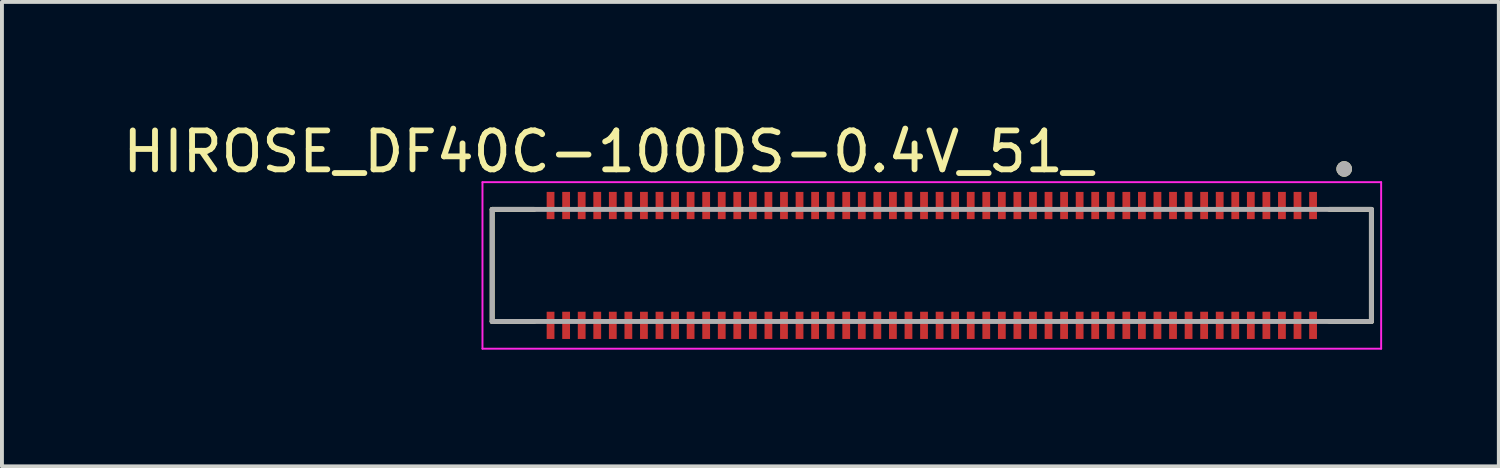
<source format=kicad_pcb>
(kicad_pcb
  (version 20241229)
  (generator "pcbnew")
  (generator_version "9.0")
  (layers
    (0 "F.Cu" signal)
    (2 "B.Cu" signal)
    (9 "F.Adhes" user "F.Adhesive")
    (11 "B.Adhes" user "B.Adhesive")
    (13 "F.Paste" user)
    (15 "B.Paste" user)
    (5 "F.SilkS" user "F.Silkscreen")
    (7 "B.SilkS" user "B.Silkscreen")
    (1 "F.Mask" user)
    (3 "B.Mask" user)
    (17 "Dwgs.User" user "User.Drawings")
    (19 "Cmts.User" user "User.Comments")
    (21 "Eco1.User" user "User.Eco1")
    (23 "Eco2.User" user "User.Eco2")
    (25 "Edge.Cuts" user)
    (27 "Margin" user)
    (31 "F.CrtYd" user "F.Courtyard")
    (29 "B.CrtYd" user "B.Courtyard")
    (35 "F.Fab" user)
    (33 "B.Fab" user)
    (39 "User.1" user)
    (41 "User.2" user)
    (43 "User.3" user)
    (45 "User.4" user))
  (footprint "HIROSE_DF40C-100DS-0.4V_51_"
    (layer "F.Cu")
    (at 20.902 3.773)
    (property "Reference" "HIROSE_DF40C-100DS-0.4V_51_" (at -8.325 -2.925 0) (layer "F.SilkS") (effects (font (size 1 1) (thickness 0.15))))
    (attr smd)
    (fp_line (start -11.3 -1.44) (end -11.3 1.44) (stroke (width 0.127) (type solid)) (layer "F.SilkS"))
    (fp_line (start -11.3 1.44) (end -10.22 1.44) (stroke (width 0.127) (type solid)) (layer "F.SilkS"))
    (fp_line (start -10.22 -1.44) (end -11.3 -1.44) (stroke (width 0.127) (type solid)) (layer "F.SilkS"))
    (fp_line (start 11.3 -1.44) (end 10.22 -1.44) (stroke (width 0.127) (type solid)) (layer "F.SilkS"))
    (fp_line (start 11.3 -1.44) (end 11.3 1.44) (stroke (width 0.127) (type solid)) (layer "F.SilkS"))
    (fp_line (start 11.3 1.44) (end 10.22 1.44) (stroke (width 0.127) (type solid)) (layer "F.SilkS"))
    (fp_circle (center 10.6 -2.48) (end 10.7 -2.48) (stroke (width 0.2) (type solid)) (fill no) (layer "F.SilkS"))
    (fp_poly (pts (xy -9.889 -1.853) (xy -9.71 -1.853) (xy -9.71 -1.227) (xy -9.889 -1.227)) (stroke (width 0.01) (type solid)) (fill yes) (layer "F.Paste"))
    (fp_poly (pts (xy -9.889 1.227) (xy -9.71 1.227) (xy -9.71 1.853) (xy -9.889 1.853)) (stroke (width 0.01) (type solid)) (fill yes) (layer "F.Paste"))
    (fp_poly (pts (xy -9.489 -1.853) (xy -9.31 -1.853) (xy -9.31 -1.227) (xy -9.489 -1.227)) (stroke (width 0.01) (type solid)) (fill yes) (layer "F.Paste"))
    (fp_poly (pts (xy -9.489 1.227) (xy -9.31 1.227) (xy -9.31 1.853) (xy -9.489 1.853)) (stroke (width 0.01) (type solid)) (fill yes) (layer "F.Paste"))
    (fp_poly (pts (xy -9.089 -1.853) (xy -8.911 -1.853) (xy -8.911 -1.227) (xy -9.089 -1.227)) (stroke (width 0.01) (type solid)) (fill yes) (layer "F.Paste"))
    (fp_poly (pts (xy -9.089 1.227) (xy -8.911 1.227) (xy -8.911 1.853) (xy -9.089 1.853)) (stroke (width 0.01) (type solid)) (fill yes) (layer "F.Paste"))
    (fp_poly (pts (xy -8.69 -1.853) (xy -8.511 -1.853) (xy -8.511 -1.227) (xy -8.69 -1.227)) (stroke (width 0.01) (type solid)) (fill yes) (layer "F.Paste"))
    (fp_poly (pts (xy -8.69 1.227) (xy -8.511 1.227) (xy -8.511 1.853) (xy -8.69 1.853)) (stroke (width 0.01) (type solid)) (fill yes) (layer "F.Paste"))
    (fp_poly (pts (xy -8.29 -1.853) (xy -8.111 -1.853) (xy -8.111 -1.227) (xy -8.29 -1.227)) (stroke (width 0.01) (type solid)) (fill yes) (layer "F.Paste"))
    (fp_poly (pts (xy -8.29 1.227) (xy -8.111 1.227) (xy -8.111 1.853) (xy -8.29 1.853)) (stroke (width 0.01) (type solid)) (fill yes) (layer "F.Paste"))
    (fp_poly (pts (xy -7.889 -1.853) (xy -7.71 -1.853) (xy -7.71 -1.227) (xy -7.889 -1.227)) (stroke (width 0.01) (type solid)) (fill yes) (layer "F.Paste"))
    (fp_poly (pts (xy -7.889 1.227) (xy -7.71 1.227) (xy -7.71 1.853) (xy -7.889 1.853)) (stroke (width 0.01) (type solid)) (fill yes) (layer "F.Paste"))
    (fp_poly (pts (xy -7.489 -1.853) (xy -7.311 -1.853) (xy -7.311 -1.227) (xy -7.489 -1.227)) (stroke (width 0.01) (type solid)) (fill yes) (layer "F.Paste"))
    (fp_poly (pts (xy -7.489 1.227) (xy -7.311 1.227) (xy -7.311 1.853) (xy -7.489 1.853)) (stroke (width 0.01) (type solid)) (fill yes) (layer "F.Paste"))
    (fp_poly (pts (xy -7.09 -1.853) (xy -6.91 -1.853) (xy -6.91 -1.227) (xy -7.09 -1.227)) (stroke (width 0.01) (type solid)) (fill yes) (layer "F.Paste"))
    (fp_poly (pts (xy -7.09 1.227) (xy -6.91 1.227) (xy -6.91 1.853) (xy -7.09 1.853)) (stroke (width 0.01) (type solid)) (fill yes) (layer "F.Paste"))
    (fp_poly (pts (xy -6.689 -1.853) (xy -6.511 -1.853) (xy -6.511 -1.227) (xy -6.689 -1.227)) (stroke (width 0.01) (type solid)) (fill yes) (layer "F.Paste"))
    (fp_poly (pts (xy -6.689 1.227) (xy -6.511 1.227) (xy -6.511 1.853) (xy -6.689 1.853)) (stroke (width 0.01) (type solid)) (fill yes) (layer "F.Paste"))
    (fp_poly (pts (xy -6.29 -1.853) (xy -6.111 -1.853) (xy -6.111 -1.227) (xy -6.29 -1.227)) (stroke (width 0.01) (type solid)) (fill yes) (layer "F.Paste"))
    (fp_poly (pts (xy -6.29 1.227) (xy -6.111 1.227) (xy -6.111 1.853) (xy -6.29 1.853)) (stroke (width 0.01) (type solid)) (fill yes) (layer "F.Paste"))
    (fp_poly (pts (xy -5.889 -1.853) (xy -5.71 -1.853) (xy -5.71 -1.227) (xy -5.889 -1.227)) (stroke (width 0.01) (type solid)) (fill yes) (layer "F.Paste"))
    (fp_poly (pts (xy -5.889 1.227) (xy -5.71 1.227) (xy -5.71 1.853) (xy -5.889 1.853)) (stroke (width 0.01) (type solid)) (fill yes) (layer "F.Paste"))
    (fp_poly (pts (xy -5.489 -1.853) (xy -5.311 -1.853) (xy -5.311 -1.227) (xy -5.489 -1.227)) (stroke (width 0.01) (type solid)) (fill yes) (layer "F.Paste"))
    (fp_poly (pts (xy -5.489 1.227) (xy -5.311 1.227) (xy -5.311 1.853) (xy -5.489 1.853)) (stroke (width 0.01) (type solid)) (fill yes) (layer "F.Paste"))
    (fp_poly (pts (xy -5.09 -1.853) (xy -4.91 -1.853) (xy -4.91 -1.227) (xy -5.09 -1.227)) (stroke (width 0.01) (type solid)) (fill yes) (layer "F.Paste"))
    (fp_poly (pts (xy -5.09 1.227) (xy -4.91 1.227) (xy -4.91 1.853) (xy -5.09 1.853)) (stroke (width 0.01) (type solid)) (fill yes) (layer "F.Paste"))
    (fp_poly (pts (xy -4.689 -1.853) (xy -4.511 -1.853) (xy -4.511 -1.227) (xy -4.689 -1.227)) (stroke (width 0.01) (type solid)) (fill yes) (layer "F.Paste"))
    (fp_poly (pts (xy -4.689 1.227) (xy -4.511 1.227) (xy -4.511 1.853) (xy -4.689 1.853)) (stroke (width 0.01) (type solid)) (fill yes) (layer "F.Paste"))
    (fp_poly (pts (xy -4.29 -1.853) (xy -4.111 -1.853) (xy -4.111 -1.227) (xy -4.29 -1.227)) (stroke (width 0.01) (type solid)) (fill yes) (layer "F.Paste"))
    (fp_poly (pts (xy -4.29 1.227) (xy -4.111 1.227) (xy -4.111 1.853) (xy -4.29 1.853)) (stroke (width 0.01) (type solid)) (fill yes) (layer "F.Paste"))
    (fp_poly (pts (xy -3.889 -1.853) (xy -3.711 -1.853) (xy -3.711 -1.227) (xy -3.889 -1.227)) (stroke (width 0.01) (type solid)) (fill yes) (layer "F.Paste"))
    (fp_poly (pts (xy -3.889 1.227) (xy -3.711 1.227) (xy -3.711 1.853) (xy -3.889 1.853)) (stroke (width 0.01) (type solid)) (fill yes) (layer "F.Paste"))
    (fp_poly (pts (xy -3.49 -1.853) (xy -3.311 -1.853) (xy -3.311 -1.227) (xy -3.49 -1.227)) (stroke (width 0.01) (type solid)) (fill yes) (layer "F.Paste"))
    (fp_poly (pts (xy -3.49 1.227) (xy -3.311 1.227) (xy -3.311 1.853) (xy -3.49 1.853)) (stroke (width 0.01) (type solid)) (fill yes) (layer "F.Paste"))
    (fp_poly (pts (xy -3.09 -1.853) (xy -2.91 -1.853) (xy -2.91 -1.227) (xy -3.09 -1.227)) (stroke (width 0.01) (type solid)) (fill yes) (layer "F.Paste"))
    (fp_poly (pts (xy -3.09 1.227) (xy -2.91 1.227) (xy -2.91 1.853) (xy -3.09 1.853)) (stroke (width 0.01) (type solid)) (fill yes) (layer "F.Paste"))
    (fp_poly (pts (xy -2.689 -1.853) (xy -2.51 -1.853) (xy -2.51 -1.227) (xy -2.689 -1.227)) (stroke (width 0.01) (type solid)) (fill yes) (layer "F.Paste"))
    (fp_poly (pts (xy -2.689 1.227) (xy -2.51 1.227) (xy -2.51 1.853) (xy -2.689 1.853)) (stroke (width 0.01) (type solid)) (fill yes) (layer "F.Paste"))
    (fp_poly (pts (xy -2.289 -1.853) (xy -2.111 -1.853) (xy -2.111 -1.227) (xy -2.289 -1.227)) (stroke (width 0.01) (type solid)) (fill yes) (layer "F.Paste"))
    (fp_poly (pts (xy -2.289 1.227) (xy -2.111 1.227) (xy -2.111 1.853) (xy -2.289 1.853)) (stroke (width 0.01) (type solid)) (fill yes) (layer "F.Paste"))
    (fp_poly (pts (xy -1.889 -1.853) (xy -1.71 -1.853) (xy -1.71 -1.227) (xy -1.889 -1.227)) (stroke (width 0.01) (type solid)) (fill yes) (layer "F.Paste"))
    (fp_poly (pts (xy -1.889 1.227) (xy -1.71 1.227) (xy -1.71 1.853) (xy -1.889 1.853)) (stroke (width 0.01) (type solid)) (fill yes) (layer "F.Paste"))
    (fp_poly (pts (xy -1.49 -1.853) (xy -1.31 -1.853) (xy -1.31 -1.227) (xy -1.49 -1.227)) (stroke (width 0.01) (type solid)) (fill yes) (layer "F.Paste"))
    (fp_poly (pts (xy -1.49 1.227) (xy -1.31 1.227) (xy -1.31 1.853) (xy -1.49 1.853)) (stroke (width 0.01) (type solid)) (fill yes) (layer "F.Paste"))
    (fp_poly (pts (xy -1.089 -1.853) (xy -0.91 -1.853) (xy -0.91 -1.227) (xy -1.089 -1.227)) (stroke (width 0.01) (type solid)) (fill yes) (layer "F.Paste"))
    (fp_poly (pts (xy -1.089 1.227) (xy -0.91 1.227) (xy -0.91 1.853) (xy -1.089 1.853)) (stroke (width 0.01) (type solid)) (fill yes) (layer "F.Paste"))
    (fp_poly (pts (xy -0.69 -1.853) (xy -0.51 -1.853) (xy -0.51 -1.227) (xy -0.69 -1.227)) (stroke (width 0.01) (type solid)) (fill yes) (layer "F.Paste"))
    (fp_poly (pts (xy -0.69 1.227) (xy -0.51 1.227) (xy -0.51 1.853) (xy -0.69 1.853)) (stroke (width 0.01) (type solid)) (fill yes) (layer "F.Paste"))
    (fp_poly (pts (xy -0.289 -1.853) (xy -0.111 -1.853) (xy -0.111 -1.227) (xy -0.289 -1.227)) (stroke (width 0.01) (type solid)) (fill yes) (layer "F.Paste"))
    (fp_poly (pts (xy -0.289 1.227) (xy -0.111 1.227) (xy -0.111 1.853) (xy -0.289 1.853)) (stroke (width 0.01) (type solid)) (fill yes) (layer "F.Paste"))
    (fp_poly (pts (xy 0.111 -1.853) (xy 0.289 -1.853) (xy 0.289 -1.227) (xy 0.111 -1.227)) (stroke (width 0.01) (type solid)) (fill yes) (layer "F.Paste"))
    (fp_poly (pts (xy 0.111 1.227) (xy 0.289 1.227) (xy 0.289 1.853) (xy 0.111 1.853)) (stroke (width 0.01) (type solid)) (fill yes) (layer "F.Paste"))
    (fp_poly (pts (xy 0.51 -1.853) (xy 0.69 -1.853) (xy 0.69 -1.227) (xy 0.51 -1.227)) (stroke (width 0.01) (type solid)) (fill yes) (layer "F.Paste"))
    (fp_poly (pts (xy 0.51 1.227) (xy 0.69 1.227) (xy 0.69 1.853) (xy 0.51 1.853)) (stroke (width 0.01) (type solid)) (fill yes) (layer "F.Paste"))
    (fp_poly (pts (xy 0.91 -1.853) (xy 1.089 -1.853) (xy 1.089 -1.227) (xy 0.91 -1.227)) (stroke (width 0.01) (type solid)) (fill yes) (layer "F.Paste"))
    (fp_poly (pts (xy 0.91 1.227) (xy 1.089 1.227) (xy 1.089 1.853) (xy 0.91 1.853)) (stroke (width 0.01) (type solid)) (fill yes) (layer "F.Paste"))
    (fp_poly (pts (xy 1.31 -1.853) (xy 1.49 -1.853) (xy 1.49 -1.227) (xy 1.31 -1.227)) (stroke (width 0.01) (type solid)) (fill yes) (layer "F.Paste"))
    (fp_poly (pts (xy 1.31 1.227) (xy 1.49 1.227) (xy 1.49 1.853) (xy 1.31 1.853)) (stroke (width 0.01) (type solid)) (fill yes) (layer "F.Paste"))
    (fp_poly (pts (xy 1.71 -1.853) (xy 1.889 -1.853) (xy 1.889 -1.227) (xy 1.71 -1.227)) (stroke (width 0.01) (type solid)) (fill yes) (layer "F.Paste"))
    (fp_poly (pts (xy 1.71 1.227) (xy 1.889 1.227) (xy 1.889 1.853) (xy 1.71 1.853)) (stroke (width 0.01) (type solid)) (fill yes) (layer "F.Paste"))
    (fp_poly (pts (xy 2.111 -1.853) (xy 2.289 -1.853) (xy 2.289 -1.227) (xy 2.111 -1.227)) (stroke (width 0.01) (type solid)) (fill yes) (layer "F.Paste"))
    (fp_poly (pts (xy 2.111 1.227) (xy 2.289 1.227) (xy 2.289 1.853) (xy 2.111 1.853)) (stroke (width 0.01) (type solid)) (fill yes) (layer "F.Paste"))
    (fp_poly (pts (xy 2.51 -1.853) (xy 2.689 -1.853) (xy 2.689 -1.227) (xy 2.51 -1.227)) (stroke (width 0.01) (type solid)) (fill yes) (layer "F.Paste"))
    (fp_poly (pts (xy 2.51 1.227) (xy 2.689 1.227) (xy 2.689 1.853) (xy 2.51 1.853)) (stroke (width 0.01) (type solid)) (fill yes) (layer "F.Paste"))
    (fp_poly (pts (xy 2.91 -1.853) (xy 3.09 -1.853) (xy 3.09 -1.227) (xy 2.91 -1.227)) (stroke (width 0.01) (type solid)) (fill yes) (layer "F.Paste"))
    (fp_poly (pts (xy 2.91 1.227) (xy 3.09 1.227) (xy 3.09 1.853) (xy 2.91 1.853)) (stroke (width 0.01) (type solid)) (fill yes) (layer "F.Paste"))
    (fp_poly (pts (xy 3.311 -1.853) (xy 3.49 -1.853) (xy 3.49 -1.227) (xy 3.311 -1.227)) (stroke (width 0.01) (type solid)) (fill yes) (layer "F.Paste"))
    (fp_poly (pts (xy 3.311 1.227) (xy 3.49 1.227) (xy 3.49 1.853) (xy 3.311 1.853)) (stroke (width 0.01) (type solid)) (fill yes) (layer "F.Paste"))
    (fp_poly (pts (xy 3.711 -1.853) (xy 3.889 -1.853) (xy 3.889 -1.227) (xy 3.711 -1.227)) (stroke (width 0.01) (type solid)) (fill yes) (layer "F.Paste"))
    (fp_poly (pts (xy 3.711 1.227) (xy 3.889 1.227) (xy 3.889 1.853) (xy 3.711 1.853)) (stroke (width 0.01) (type solid)) (fill yes) (layer "F.Paste"))
    (fp_poly (pts (xy 4.111 -1.853) (xy 4.29 -1.853) (xy 4.29 -1.227) (xy 4.111 -1.227)) (stroke (width 0.01) (type solid)) (fill yes) (layer "F.Paste"))
    (fp_poly (pts (xy 4.111 1.227) (xy 4.29 1.227) (xy 4.29 1.853) (xy 4.111 1.853)) (stroke (width 0.01) (type solid)) (fill yes) (layer "F.Paste"))
    (fp_poly (pts (xy 4.511 -1.853) (xy 4.689 -1.853) (xy 4.689 -1.227) (xy 4.511 -1.227)) (stroke (width 0.01) (type solid)) (fill yes) (layer "F.Paste"))
    (fp_poly (pts (xy 4.511 1.227) (xy 4.689 1.227) (xy 4.689 1.853) (xy 4.511 1.853)) (stroke (width 0.01) (type solid)) (fill yes) (layer "F.Paste"))
    (fp_poly (pts (xy 4.91 -1.853) (xy 5.09 -1.853) (xy 5.09 -1.227) (xy 4.91 -1.227)) (stroke (width 0.01) (type solid)) (fill yes) (layer "F.Paste"))
    (fp_poly (pts (xy 4.91 1.227) (xy 5.09 1.227) (xy 5.09 1.853) (xy 4.91 1.853)) (stroke (width 0.01) (type solid)) (fill yes) (layer "F.Paste"))
    (fp_poly (pts (xy 5.311 -1.853) (xy 5.489 -1.853) (xy 5.489 -1.227) (xy 5.311 -1.227)) (stroke (width 0.01) (type solid)) (fill yes) (layer "F.Paste"))
    (fp_poly (pts (xy 5.311 1.227) (xy 5.489 1.227) (xy 5.489 1.853) (xy 5.311 1.853)) (stroke (width 0.01) (type solid)) (fill yes) (layer "F.Paste"))
    (fp_poly (pts (xy 5.71 -1.853) (xy 5.889 -1.853) (xy 5.889 -1.227) (xy 5.71 -1.227)) (stroke (width 0.01) (type solid)) (fill yes) (layer "F.Paste"))
    (fp_poly (pts (xy 5.71 1.227) (xy 5.889 1.227) (xy 5.889 1.853) (xy 5.71 1.853)) (stroke (width 0.01) (type solid)) (fill yes) (layer "F.Paste"))
    (fp_poly (pts (xy 6.111 -1.853) (xy 6.29 -1.853) (xy 6.29 -1.227) (xy 6.111 -1.227)) (stroke (width 0.01) (type solid)) (fill yes) (layer "F.Paste"))
    (fp_poly (pts (xy 6.111 1.227) (xy 6.29 1.227) (xy 6.29 1.853) (xy 6.111 1.853)) (stroke (width 0.01) (type solid)) (fill yes) (layer "F.Paste"))
    (fp_poly (pts (xy 6.511 -1.853) (xy 6.689 -1.853) (xy 6.689 -1.227) (xy 6.511 -1.227)) (stroke (width 0.01) (type solid)) (fill yes) (layer "F.Paste"))
    (fp_poly (pts (xy 6.511 1.227) (xy 6.689 1.227) (xy 6.689 1.853) (xy 6.511 1.853)) (stroke (width 0.01) (type solid)) (fill yes) (layer "F.Paste"))
    (fp_poly (pts (xy 6.91 -1.853) (xy 7.09 -1.853) (xy 7.09 -1.227) (xy 6.91 -1.227)) (stroke (width 0.01) (type solid)) (fill yes) (layer "F.Paste"))
    (fp_poly (pts (xy 6.91 1.227) (xy 7.09 1.227) (xy 7.09 1.853) (xy 6.91 1.853)) (stroke (width 0.01) (type solid)) (fill yes) (layer "F.Paste"))
    (fp_poly (pts (xy 7.311 -1.853) (xy 7.489 -1.853) (xy 7.489 -1.227) (xy 7.311 -1.227)) (stroke (width 0.01) (type solid)) (fill yes) (layer "F.Paste"))
    (fp_poly (pts (xy 7.311 1.227) (xy 7.489 1.227) (xy 7.489 1.853) (xy 7.311 1.853)) (stroke (width 0.01) (type solid)) (fill yes) (layer "F.Paste"))
    (fp_poly (pts (xy 7.71 -1.853) (xy 7.889 -1.853) (xy 7.889 -1.227) (xy 7.71 -1.227)) (stroke (width 0.01) (type solid)) (fill yes) (layer "F.Paste"))
    (fp_poly (pts (xy 7.71 1.227) (xy 7.889 1.227) (xy 7.889 1.853) (xy 7.71 1.853)) (stroke (width 0.01) (type solid)) (fill yes) (layer "F.Paste"))
    (fp_poly (pts (xy 8.111 -1.853) (xy 8.29 -1.853) (xy 8.29 -1.227) (xy 8.111 -1.227)) (stroke (width 0.01) (type solid)) (fill yes) (layer "F.Paste"))
    (fp_poly (pts (xy 8.111 1.227) (xy 8.29 1.227) (xy 8.29 1.853) (xy 8.111 1.853)) (stroke (width 0.01) (type solid)) (fill yes) (layer "F.Paste"))
    (fp_poly (pts (xy 8.511 -1.853) (xy 8.69 -1.853) (xy 8.69 -1.227) (xy 8.511 -1.227)) (stroke (width 0.01) (type solid)) (fill yes) (layer "F.Paste"))
    (fp_poly (pts (xy 8.511 1.227) (xy 8.69 1.227) (xy 8.69 1.853) (xy 8.511 1.853)) (stroke (width 0.01) (type solid)) (fill yes) (layer "F.Paste"))
    (fp_poly (pts (xy 8.911 -1.853) (xy 9.089 -1.853) (xy 9.089 -1.227) (xy 8.911 -1.227)) (stroke (width 0.01) (type solid)) (fill yes) (layer "F.Paste"))
    (fp_poly (pts (xy 8.911 1.227) (xy 9.089 1.227) (xy 9.089 1.853) (xy 8.911 1.853)) (stroke (width 0.01) (type solid)) (fill yes) (layer "F.Paste"))
    (fp_poly (pts (xy 9.31 -1.853) (xy 9.489 -1.853) (xy 9.489 -1.227) (xy 9.31 -1.227)) (stroke (width 0.01) (type solid)) (fill yes) (layer "F.Paste"))
    (fp_poly (pts (xy 9.31 1.227) (xy 9.489 1.227) (xy 9.489 1.853) (xy 9.31 1.853)) (stroke (width 0.01) (type solid)) (fill yes) (layer "F.Paste"))
    (fp_poly (pts (xy 9.71 -1.853) (xy 9.889 -1.853) (xy 9.889 -1.227) (xy 9.71 -1.227)) (stroke (width 0.01) (type solid)) (fill yes) (layer "F.Paste"))
    (fp_poly (pts (xy 9.71 1.227) (xy 9.889 1.227) (xy 9.889 1.853) (xy 9.71 1.853)) (stroke (width 0.01) (type solid)) (fill yes) (layer "F.Paste"))
    (fp_line (start -11.55 -2.14) (end -11.55 2.14) (stroke (width 0.05) (type solid)) (layer "F.CrtYd"))
    (fp_line (start -11.55 2.14) (end 11.55 2.14) (stroke (width 0.05) (type solid)) (layer "F.CrtYd"))
    (fp_line (start 11.55 -2.14) (end -11.55 -2.14) (stroke (width 0.05) (type solid)) (layer "F.CrtYd"))
    (fp_line (start 11.55 2.14) (end 11.55 -2.14) (stroke (width 0.05) (type solid)) (layer "F.CrtYd"))
    (fp_line (start -11.3 -1.44) (end 11.3 -1.44) (stroke (width 0.127) (type solid)) (layer "F.Fab"))
    (fp_line (start -11.3 1.44) (end -11.3 -1.44) (stroke (width 0.127) (type solid)) (layer "F.Fab"))
    (fp_line (start 11.3 -1.44) (end 11.3 1.44) (stroke (width 0.127) (type solid)) (layer "F.Fab"))
    (fp_line (start 11.3 1.44) (end -11.3 1.44) (stroke (width 0.127) (type solid)) (layer "F.Fab"))
    (fp_circle (center 10.6 -2.48) (end 10.7 -2.48) (stroke (width 0.2) (type solid)) (fill no) (layer "F.Fab"))
    (pad "1" smd rect (at 9.8 -1.54) (size 0.2 0.7) (layers "F.Cu" "F.Mask"))
    (pad "2" smd rect (at 9.8 1.54) (size 0.2 0.7) (layers "F.Cu" "F.Mask"))
    (pad "3" smd rect (at 9.4 -1.54) (size 0.2 0.7) (layers "F.Cu" "F.Mask"))
    (pad "4" smd rect (at 9.4 1.54) (size 0.2 0.7) (layers "F.Cu" "F.Mask"))
    (pad "5" smd rect (at 9 -1.54) (size 0.2 0.7) (layers "F.Cu" "F.Mask"))
    (pad "6" smd rect (at 9 1.54) (size 0.2 0.7) (layers "F.Cu" "F.Mask"))
    (pad "7" smd rect (at 8.6 -1.54) (size 0.2 0.7) (layers "F.Cu" "F.Mask"))
    (pad "8" smd rect (at 8.6 1.54) (size 0.2 0.7) (layers "F.Cu" "F.Mask"))
    (pad "9" smd rect (at 8.2 -1.54) (size 0.2 0.7) (layers "F.Cu" "F.Mask"))
    (pad "10" smd rect (at 8.2 1.54) (size 0.2 0.7) (layers "F.Cu" "F.Mask"))
    (pad "11" smd rect (at 7.8 -1.54) (size 0.2 0.7) (layers "F.Cu" "F.Mask"))
    (pad "12" smd rect (at 7.8 1.54) (size 0.2 0.7) (layers "F.Cu" "F.Mask"))
    (pad "13" smd rect (at 7.4 -1.54) (size 0.2 0.7) (layers "F.Cu" "F.Mask"))
    (pad "14" smd rect (at 7.4 1.54) (size 0.2 0.7) (layers "F.Cu" "F.Mask"))
    (pad "15" smd rect (at 7 -1.54) (size 0.2 0.7) (layers "F.Cu" "F.Mask"))
    (pad "16" smd rect (at 7 1.54) (size 0.2 0.7) (layers "F.Cu" "F.Mask"))
    (pad "17" smd rect (at 6.6 -1.54) (size 0.2 0.7) (layers "F.Cu" "F.Mask"))
    (pad "18" smd rect (at 6.6 1.54) (size 0.2 0.7) (layers "F.Cu" "F.Mask"))
    (pad "19" smd rect (at 6.2 -1.54) (size 0.2 0.7) (layers "F.Cu" "F.Mask"))
    (pad "20" smd rect (at 6.2 1.54) (size 0.2 0.7) (layers "F.Cu" "F.Mask"))
    (pad "21" smd rect (at 5.8 -1.54) (size 0.2 0.7) (layers "F.Cu" "F.Mask"))
    (pad "22" smd rect (at 5.8 1.54) (size 0.2 0.7) (layers "F.Cu" "F.Mask"))
    (pad "23" smd rect (at 5.4 -1.54) (size 0.2 0.7) (layers "F.Cu" "F.Mask"))
    (pad "24" smd rect (at 5.4 1.54) (size 0.2 0.7) (layers "F.Cu" "F.Mask"))
    (pad "25" smd rect (at 5 -1.54) (size 0.2 0.7) (layers "F.Cu" "F.Mask"))
    (pad "26" smd rect (at 5 1.54) (size 0.2 0.7) (layers "F.Cu" "F.Mask"))
    (pad "27" smd rect (at 4.6 -1.54) (size 0.2 0.7) (layers "F.Cu" "F.Mask"))
    (pad "28" smd rect (at 4.6 1.54) (size 0.2 0.7) (layers "F.Cu" "F.Mask"))
    (pad "29" smd rect (at 4.2 -1.54) (size 0.2 0.7) (layers "F.Cu" "F.Mask"))
    (pad "30" smd rect (at 4.2 1.54) (size 0.2 0.7) (layers "F.Cu" "F.Mask"))
    (pad "31" smd rect (at 3.8 -1.54) (size 0.2 0.7) (layers "F.Cu" "F.Mask"))
    (pad "32" smd rect (at 3.8 1.54) (size 0.2 0.7) (layers "F.Cu" "F.Mask"))
    (pad "33" smd rect (at 3.4 -1.54) (size 0.2 0.7) (layers "F.Cu" "F.Mask"))
    (pad "34" smd rect (at 3.4 1.54) (size 0.2 0.7) (layers "F.Cu" "F.Mask"))
    (pad "35" smd rect (at 3 -1.54) (size 0.2 0.7) (layers "F.Cu" "F.Mask"))
    (pad "36" smd rect (at 3 1.54) (size 0.2 0.7) (layers "F.Cu" "F.Mask"))
    (pad "37" smd rect (at 2.6 -1.54) (size 0.2 0.7) (layers "F.Cu" "F.Mask"))
    (pad "38" smd rect (at 2.6 1.54) (size 0.2 0.7) (layers "F.Cu" "F.Mask"))
    (pad "39" smd rect (at 2.2 -1.54) (size 0.2 0.7) (layers "F.Cu" "F.Mask"))
    (pad "40" smd rect (at 2.2 1.54) (size 0.2 0.7) (layers "F.Cu" "F.Mask"))
    (pad "41" smd rect (at 1.8 -1.54) (size 0.2 0.7) (layers "F.Cu" "F.Mask"))
    (pad "42" smd rect (at 1.8 1.54) (size 0.2 0.7) (layers "F.Cu" "F.Mask"))
    (pad "43" smd rect (at 1.4 -1.54) (size 0.2 0.7) (layers "F.Cu" "F.Mask"))
    (pad "44" smd rect (at 1.4 1.54) (size 0.2 0.7) (layers "F.Cu" "F.Mask"))
    (pad "45" smd rect (at 1 -1.54) (size 0.2 0.7) (layers "F.Cu" "F.Mask"))
    (pad "46" smd rect (at 1 1.54) (size 0.2 0.7) (layers "F.Cu" "F.Mask"))
    (pad "47" smd rect (at 0.6 -1.54) (size 0.2 0.7) (layers "F.Cu" "F.Mask"))
    (pad "48" smd rect (at 0.6 1.54) (size 0.2 0.7) (layers "F.Cu" "F.Mask"))
    (pad "49" smd rect (at 0.2 -1.54) (size 0.2 0.7) (layers "F.Cu" "F.Mask"))
    (pad "50" smd rect (at 0.2 1.54) (size 0.2 0.7) (layers "F.Cu" "F.Mask"))
    (pad "51" smd rect (at -0.2 -1.54) (size 0.2 0.7) (layers "F.Cu" "F.Mask"))
    (pad "52" smd rect (at -0.2 1.54) (size 0.2 0.7) (layers "F.Cu" "F.Mask"))
    (pad "53" smd rect (at -0.6 -1.54) (size 0.2 0.7) (layers "F.Cu" "F.Mask"))
    (pad "54" smd rect (at -0.6 1.54) (size 0.2 0.7) (layers "F.Cu" "F.Mask"))
    (pad "55" smd rect (at -1 -1.54) (size 0.2 0.7) (layers "F.Cu" "F.Mask"))
    (pad "56" smd rect (at -1 1.54) (size 0.2 0.7) (layers "F.Cu" "F.Mask"))
    (pad "57" smd rect (at -1.4 -1.54) (size 0.2 0.7) (layers "F.Cu" "F.Mask"))
    (pad "58" smd rect (at -1.4 1.54) (size 0.2 0.7) (layers "F.Cu" "F.Mask"))
    (pad "59" smd rect (at -1.8 -1.54) (size 0.2 0.7) (layers "F.Cu" "F.Mask"))
    (pad "60" smd rect (at -1.8 1.54) (size 0.2 0.7) (layers "F.Cu" "F.Mask"))
    (pad "61" smd rect (at -2.2 -1.54) (size 0.2 0.7) (layers "F.Cu" "F.Mask"))
    (pad "62" smd rect (at -2.2 1.54) (size 0.2 0.7) (layers "F.Cu" "F.Mask"))
    (pad "63" smd rect (at -2.6 -1.54) (size 0.2 0.7) (layers "F.Cu" "F.Mask"))
    (pad "64" smd rect (at -2.6 1.54) (size 0.2 0.7) (layers "F.Cu" "F.Mask"))
    (pad "65" smd rect (at -3 -1.54) (size 0.2 0.7) (layers "F.Cu" "F.Mask"))
    (pad "66" smd rect (at -3 1.54) (size 0.2 0.7) (layers "F.Cu" "F.Mask"))
    (pad "67" smd rect (at -3.4 -1.54) (size 0.2 0.7) (layers "F.Cu" "F.Mask"))
    (pad "68" smd rect (at -3.4 1.54) (size 0.2 0.7) (layers "F.Cu" "F.Mask"))
    (pad "69" smd rect (at -3.8 -1.54) (size 0.2 0.7) (layers "F.Cu" "F.Mask"))
    (pad "70" smd rect (at -3.8 1.54) (size 0.2 0.7) (layers "F.Cu" "F.Mask"))
    (pad "71" smd rect (at -4.2 -1.54) (size 0.2 0.7) (layers "F.Cu" "F.Mask"))
    (pad "72" smd rect (at -4.2 1.54) (size 0.2 0.7) (layers "F.Cu" "F.Mask"))
    (pad "73" smd rect (at -4.6 -1.54) (size 0.2 0.7) (layers "F.Cu" "F.Mask"))
    (pad "74" smd rect (at -4.6 1.54) (size 0.2 0.7) (layers "F.Cu" "F.Mask"))
    (pad "75" smd rect (at -5 -1.54) (size 0.2 0.7) (layers "F.Cu" "F.Mask"))
    (pad "76" smd rect (at -5 1.54) (size 0.2 0.7) (layers "F.Cu" "F.Mask"))
    (pad "77" smd rect (at -5.4 -1.54) (size 0.2 0.7) (layers "F.Cu" "F.Mask"))
    (pad "78" smd rect (at -5.4 1.54) (size 0.2 0.7) (layers "F.Cu" "F.Mask"))
    (pad "79" smd rect (at -5.8 -1.54) (size 0.2 0.7) (layers "F.Cu" "F.Mask"))
    (pad "80" smd rect (at -5.8 1.54) (size 0.2 0.7) (layers "F.Cu" "F.Mask"))
    (pad "81" smd rect (at -6.2 -1.54) (size 0.2 0.7) (layers "F.Cu" "F.Mask"))
    (pad "82" smd rect (at -6.2 1.54) (size 0.2 0.7) (layers "F.Cu" "F.Mask"))
    (pad "83" smd rect (at -6.6 -1.54) (size 0.2 0.7) (layers "F.Cu" "F.Mask"))
    (pad "84" smd rect (at -6.6 1.54) (size 0.2 0.7) (layers "F.Cu" "F.Mask"))
    (pad "85" smd rect (at -7 -1.54) (size 0.2 0.7) (layers "F.Cu" "F.Mask"))
    (pad "86" smd rect (at -7 1.54) (size 0.2 0.7) (layers "F.Cu" "F.Mask"))
    (pad "87" smd rect (at -7.4 -1.54) (size 0.2 0.7) (layers "F.Cu" "F.Mask"))
    (pad "88" smd rect (at -7.4 1.54) (size 0.2 0.7) (layers "F.Cu" "F.Mask"))
    (pad "89" smd rect (at -7.8 -1.54) (size 0.2 0.7) (layers "F.Cu" "F.Mask"))
    (pad "90" smd rect (at -7.8 1.54) (size 0.2 0.7) (layers "F.Cu" "F.Mask"))
    (pad "91" smd rect (at -8.2 -1.54) (size 0.2 0.7) (layers "F.Cu" "F.Mask"))
    (pad "92" smd rect (at -8.2 1.54) (size 0.2 0.7) (layers "F.Cu" "F.Mask"))
    (pad "93" smd rect (at -8.6 -1.54) (size 0.2 0.7) (layers "F.Cu" "F.Mask" "F.Paste"))
    (pad "94" smd rect (at -8.6 1.54) (size 0.2 0.7) (layers "F.Cu" "F.Mask"))
    (pad "95" smd rect (at -9 -1.54) (size 0.2 0.7) (layers "F.Cu" "F.Mask" "F.Paste"))
    (pad "96" smd rect (at -9 1.54) (size 0.2 0.7) (layers "F.Cu" "F.Mask"))
    (pad "97" smd rect (at -9.4 -1.54) (size 0.2 0.7) (layers "F.Cu" "F.Mask" "F.Paste"))
    (pad "98" smd rect (at -9.4 1.54) (size 0.2 0.7) (layers "F.Cu" "F.Mask"))
    (pad "99" smd rect (at -9.8 -1.54) (size 0.2 0.7) (layers "F.Cu" "F.Mask" "F.Paste"))
    (pad "100" smd rect (at -9.8 1.54) (size 0.2 0.7) (layers "F.Cu" "F.Mask")))
  (gr_rect
    (start -3 -3)
    (end 35.477 8.938)
    (stroke (width 0.1) (type default))
    (fill no)
    (layer "Edge.Cuts")))
</source>
